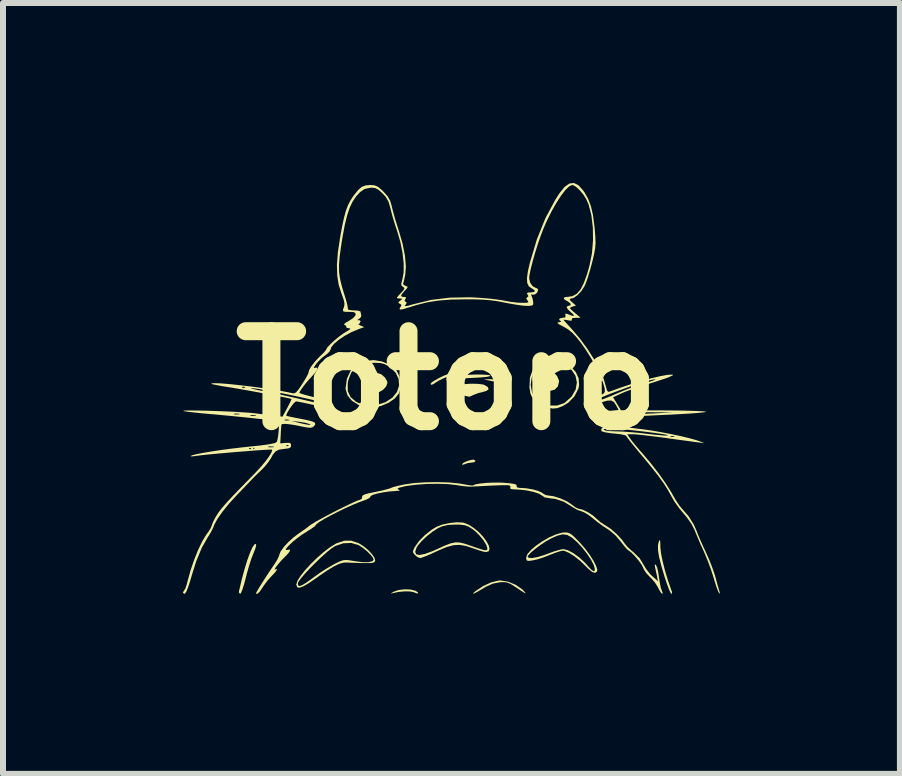
<source format=kicad_pcb>
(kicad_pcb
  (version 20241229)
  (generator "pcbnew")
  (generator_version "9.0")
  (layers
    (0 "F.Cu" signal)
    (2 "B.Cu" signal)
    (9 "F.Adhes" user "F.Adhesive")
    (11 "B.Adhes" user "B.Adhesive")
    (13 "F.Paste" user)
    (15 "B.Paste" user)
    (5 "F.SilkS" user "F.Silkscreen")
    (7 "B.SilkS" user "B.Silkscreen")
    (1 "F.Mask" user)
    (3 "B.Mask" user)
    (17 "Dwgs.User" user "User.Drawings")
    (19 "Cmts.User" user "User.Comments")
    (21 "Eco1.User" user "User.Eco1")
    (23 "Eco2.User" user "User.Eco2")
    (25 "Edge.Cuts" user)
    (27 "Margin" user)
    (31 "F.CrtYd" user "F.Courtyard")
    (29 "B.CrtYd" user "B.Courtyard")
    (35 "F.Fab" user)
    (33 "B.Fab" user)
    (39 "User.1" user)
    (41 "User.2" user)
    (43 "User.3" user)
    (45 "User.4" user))
  (footprint "Totoro"
    (layer "F.Cu")
    (at 4.403 3.293)
    (property "Reference" "Totoro" (at 0 0 0) (layer "F.SilkS") (effects (font (size 1.5 1.5) (thickness 0.3))))
    (attr board_only exclude_from_pos_files exclude_from_bom)
    (fp_poly (pts (xy 0.782 -0.018) (xy 0.827 -0.006) (xy 0.833 0) (xy 0.837 0.016) (xy 0.814 0.02) (xy 0.756 0.012) (xy 0.697 0) (xy 0.61 -0.018) (xy 0.714 -0.022)) (stroke (width 0) (type solid)) (fill yes) (layer "F.SilkS"))
    (fp_poly (pts (xy 0.47 1.333) (xy 0.473 1.343) (xy 0.451 1.362) (xy 0.409 1.368) (xy 0.339 1.378) (xy 0.297 1.394) (xy 0.258 1.406) (xy 0.249 1.396) (xy 0.27 1.374) (xy 0.321 1.349) (xy 0.383 1.328) (xy 0.438 1.319) (xy 0.439 1.319)) (stroke (width 0) (type solid)) (fill yes) (layer "F.SilkS"))
    (fp_poly (pts (xy -0.605 3.485) (xy -0.526 3.506) (xy -0.523 3.507) (xy -0.486 3.533) (xy -0.481 3.549) (xy -0.509 3.548) (xy -0.548 3.532) (xy -0.61 3.517) (xy -0.703 3.515) (xy -0.81 3.525) (xy -0.896 3.543) (xy -0.934 3.553) (xy -0.933 3.547) (xy -0.889 3.521) (xy -0.888 3.52) (xy -0.809 3.493) (xy -0.707 3.481)) (stroke (width 0) (type solid)) (fill yes) (layer "F.SilkS"))
    (fp_poly (pts (xy 0.157 -0.132) (xy 0.145 -0.116) (xy 0.093 -0.092) (xy 0.04 -0.074) (xy -0.051 -0.04) (xy -0.135 0.000261) (xy -0.169 0.021) (xy -0.232 0.062) (xy -0.264 0.073) (xy -0.274 0.055) (xy -0.274 0.054) (xy -0.253 0.029) (xy -0.198 -0.006) (xy -0.124 -0.047) (xy -0.042 -0.085) (xy 0.035 -0.114) (xy 0.054 -0.12) (xy 0.127 -0.135)) (stroke (width 0) (type solid)) (fill yes) (layer "F.SilkS"))
    (fp_poly (pts (xy -3.183 2.752) (xy -3.199 2.81) (xy -3.226 2.877) (xy -3.259 2.961) (xy -3.297 3.076) (xy -3.334 3.205) (xy -3.355 3.287) (xy -3.384 3.396) (xy -3.412 3.484) (xy -3.435 3.541) (xy -3.449 3.557) (xy -3.469 3.538) (xy -3.469 3.514) (xy -3.424 3.322) (xy -3.377 3.148) (xy -3.331 2.997) (xy -3.286 2.873) (xy -3.246 2.783) (xy -3.211 2.732) (xy -3.185 2.724)) (stroke (width 0) (type solid)) (fill yes) (layer "F.SilkS"))
    (fp_poly (pts (xy 0.621 -0.097) (xy 0.696 -0.091) (xy 0.726 -0.082) (xy 0.712 -0.071) (xy 0.655 -0.06) (xy 0.557 -0.051) (xy 0.42 -0.043) (xy 0.416 -0.043) (xy 0.288 -0.037) (xy 0.173 -0.029) (xy 0.082 -0.021) (xy 0.029 -0.013) (xy 0.025 -0.012) (xy -0.016 -0.004) (xy -0.013 -0.018) (xy -0.012 -0.019) (xy 0.037 -0.045) (xy 0.125 -0.067) (xy 0.243 -0.085) (xy 0.378 -0.096) (xy 0.497 -0.1)) (stroke (width 0) (type solid)) (fill yes) (layer "F.SilkS"))
    (fp_poly (pts (xy 3.551 2.668) (xy 3.555 2.716) (xy 3.556 2.781) (xy 3.566 2.877) (xy 3.592 3.008) (xy 3.631 3.162) (xy 3.68 3.326) (xy 3.736 3.489) (xy 3.75 3.526) (xy 3.747 3.554) (xy 3.739 3.557) (xy 3.723 3.535) (xy 3.696 3.474) (xy 3.663 3.384) (xy 3.626 3.273) (xy 3.624 3.265) (xy 3.569 3.081) (xy 3.533 2.936) (xy 3.516 2.825) (xy 3.516 2.742) (xy 3.529 2.687) (xy 3.543 2.66)) (stroke (width 0) (type solid)) (fill yes) (layer "F.SilkS"))
    (fp_poly (pts (xy 1.785 -0.128) (xy 1.833 -0.075) (xy 1.863 -0.007) (xy 1.866 0.021) (xy 1.846 0.101) (xy 1.795 0.152) (xy 1.726 0.171) (xy 1.652 0.151) (xy 1.615 0.122) (xy 1.577 0.063) (xy 1.579 0.004) (xy 1.587 -0.014) (xy 1.646 -0.014) (xy 1.658 0.019) (xy 1.679 0.025) (xy 1.711 0.007) (xy 1.712 -0.019) (xy 1.691 -0.054) (xy 1.663 -0.048) (xy 1.646 -0.014) (xy 1.587 -0.014) (xy 1.611 -0.063) (xy 1.663 -0.12) (xy 1.721 -0.148) (xy 1.732 -0.149)) (stroke (width 0) (type solid)) (fill yes) (layer "F.SilkS"))
    (fp_poly (pts (xy 0.501 0.055) (xy 0.59 0.065) (xy 0.622 0.074) (xy 0.681 0.11) (xy 0.692 0.146) (xy 0.654 0.175) (xy 0.603 0.189) (xy 0.521 0.21) (xy 0.447 0.238) (xy 0.443 0.24) (xy 0.393 0.263) (xy 0.368 0.271) (xy 0.368 0.271) (xy 0.342 0.265) (xy 0.283 0.252) (xy 0.249 0.245) (xy 0.167 0.228) (xy 0.097 0.214) (xy 0.081 0.21) (xy 0.034 0.186) (xy 0.031 0.15) (xy 0.072 0.111) (xy 0.093 0.1) (xy 0.168 0.078) (xy 0.273 0.062) (xy 0.389 0.054)) (stroke (width 0) (type solid)) (fill yes) (layer "F.SilkS"))
    (fp_poly (pts (xy 1.016 3.353) (xy 1.144 3.406) (xy 1.252 3.481) (xy 1.275 3.504) (xy 1.303 3.536) (xy 1.309 3.549) (xy 1.289 3.54) (xy 1.238 3.508) (xy 1.15 3.449) (xy 1.142 3.444) (xy 1.063 3.394) (xy 1.003 3.368) (xy 0.942 3.361) (xy 0.878 3.364) (xy 0.765 3.386) (xy 0.648 3.438) (xy 0.601 3.466) (xy 0.513 3.518) (xy 0.456 3.548) (xy 0.431 3.556) (xy 0.443 3.539) (xy 0.477 3.509) (xy 0.603 3.426) (xy 0.734 3.366) (xy 0.854 3.336) (xy 0.89 3.334)) (stroke (width 0) (type solid)) (fill yes) (layer "F.SilkS"))
    (fp_poly (pts (xy -1.098 -0.104) (xy -1.038 -0.052) (xy -1 0.011) (xy -0.995 0.041) (xy -1.016 0.1) (xy -1.068 0.156) (xy -1.132 0.193) (xy -1.166 0.199) (xy -1.221 0.182) (xy -1.279 0.141) (xy -1.282 0.138) (xy -1.324 0.086) (xy -1.343 0.04) (xy -1.343 0.037) (xy -1.332 0.007) (xy -1.285 0.007) (xy -1.267 0.042) (xy -1.244 0.05) (xy -1.212 0.032) (xy -1.205 0.023) (xy -1.202 -0.015) (xy -1.229 -0.041) (xy -1.265 -0.038) (xy -1.272 -0.032) (xy -1.285 0.007) (xy -1.332 0.007) (xy -1.323 -0.015) (xy -1.273 -0.07) (xy -1.211 -0.111) (xy -1.162 -0.124)) (stroke (width 0) (type solid)) (fill yes) (layer "F.SilkS"))
    (fp_poly (pts (xy -1.083 -0.317) (xy -0.954 -0.261) (xy -0.851 -0.176) (xy -0.836 -0.156) (xy -0.793 -0.065) (xy -0.776 0.047) (xy -0.785 0.158) (xy -0.806 0.219) (xy -0.873 0.301) (xy -0.975 0.371) (xy -1.097 0.423) (xy -1.226 0.45) (xy -1.343 0.447) (xy -1.478 0.406) (xy -1.586 0.338) (xy -1.659 0.25) (xy -1.691 0.147) (xy -1.692 0.127) (xy -1.682 0.056) (xy -1.657 0.056) (xy -1.655 0.178) (xy -1.61 0.276) (xy -1.52 0.352) (xy -1.487 0.37) (xy -1.341 0.416) (xy -1.186 0.413) (xy -1.027 0.362) (xy -0.911 0.286) (xy -0.835 0.191) (xy -0.8 0.084) (xy -0.808 -0.025) (xy -0.857 -0.129) (xy -0.949 -0.22) (xy -0.985 -0.244) (xy -1.049 -0.275) (xy -1.115 -0.291) (xy -1.201 -0.295) (xy -1.256 -0.293) (xy -1.407 -0.271) (xy -1.519 -0.219) (xy -1.598 -0.132) (xy -1.645 -0.009) (xy -1.657 0.056) (xy -1.682 0.056) (xy -1.67 -0.029) (xy -1.61 -0.158) (xy -1.512 -0.256) (xy -1.38 -0.32) (xy -1.363 -0.325) (xy -1.224 -0.34)) (stroke (width 0) (type solid)) (fill yes) (layer "F.SilkS"))
    (fp_poly (pts (xy 1.839 -0.338) (xy 1.963 -0.298) (xy 2.068 -0.229) (xy 2.147 -0.138) (xy 2.194 -0.032) (xy 2.201 0.082) (xy 2.188 0.139) (xy 2.122 0.266) (xy 2.02 0.371) (xy 1.929 0.426) (xy 1.837 0.461) (xy 1.759 0.468) (xy 1.671 0.449) (xy 1.631 0.436) (xy 1.547 0.393) (xy 1.468 0.335) (xy 1.459 0.326) (xy 1.413 0.272) (xy 1.388 0.213) (xy 1.375 0.128) (xy 1.373 0.104) (xy 1.375 0.077) (xy 1.394 0.077) (xy 1.416 0.199) (xy 1.428 0.228) (xy 1.498 0.321) (xy 1.597 0.385) (xy 1.714 0.418) (xy 1.835 0.417) (xy 1.948 0.379) (xy 1.967 0.366) (xy 2.076 0.268) (xy 2.143 0.152) (xy 2.164 0.033) (xy 2.141 -0.077) (xy 2.079 -0.172) (xy 1.987 -0.249) (xy 1.875 -0.299) (xy 1.753 -0.318) (xy 1.645 -0.302) (xy 1.541 -0.247) (xy 1.461 -0.158) (xy 1.41 -0.046) (xy 1.394 0.077) (xy 1.375 0.077) (xy 1.381 -0.049) (xy 1.427 -0.174) (xy 1.509 -0.267) (xy 1.623 -0.326) (xy 1.703 -0.342)) (stroke (width 0) (type solid)) (fill yes) (layer "F.SilkS"))
    (fp_poly (pts (xy 2 2.534) (xy 2.041 2.546) (xy 2.086 2.576) (xy 2.144 2.631) (xy 2.214 2.703) (xy 2.298 2.799) (xy 2.374 2.9) (xy 2.437 2.999) (xy 2.482 3.086) (xy 2.504 3.152) (xy 2.501 3.183) (xy 2.468 3.207) (xy 2.42 3.193) (xy 2.352 3.138) (xy 2.309 3.094) (xy 2.218 3.006) (xy 2.121 2.929) (xy 2.03 2.872) (xy 1.955 2.84) (xy 1.929 2.837) (xy 1.882 2.847) (xy 1.805 2.872) (xy 1.715 2.907) (xy 1.707 2.91) (xy 1.605 2.95) (xy 1.504 2.982) (xy 1.428 2.999) (xy 1.36 3.008) (xy 1.329 3.001) (xy 1.319 2.975) (xy 1.319 2.951) (xy 1.324 2.937) (xy 1.343 2.937) (xy 1.365 2.958) (xy 1.423 2.959) (xy 1.511 2.943) (xy 1.618 2.91) (xy 1.683 2.886) (xy 1.781 2.85) (xy 1.869 2.824) (xy 1.931 2.811) (xy 1.938 2.811) (xy 2.012 2.829) (xy 2.105 2.878) (xy 2.204 2.95) (xy 2.297 3.036) (xy 2.333 3.076) (xy 2.397 3.147) (xy 2.438 3.179) (xy 2.458 3.173) (xy 2.463 3.141) (xy 2.446 3.078) (xy 2.401 2.99) (xy 2.335 2.891) (xy 2.255 2.789) (xy 2.173 2.7) (xy 2.08 2.618) (xy 2.002 2.574) (xy 1.923 2.565) (xy 1.831 2.589) (xy 1.727 2.637) (xy 1.643 2.684) (xy 1.554 2.744) (xy 1.469 2.808) (xy 1.399 2.867) (xy 1.355 2.915) (xy 1.343 2.937) (xy 1.324 2.937) (xy 1.34 2.894) (xy 1.399 2.825) (xy 1.485 2.752) (xy 1.589 2.68) (xy 1.701 2.616) (xy 1.812 2.567) (xy 1.911 2.538) (xy 1.952 2.533)) (stroke (width 0) (type solid)) (fill yes) (layer "F.SilkS"))
    (fp_poly (pts (xy 0.26 2.368) (xy 0.278 2.372) (xy 0.361 2.404) (xy 0.445 2.458) (xy 0.526 2.525) (xy 0.597 2.6) (xy 0.654 2.676) (xy 0.693 2.747) (xy 0.708 2.806) (xy 0.695 2.846) (xy 0.648 2.861) (xy 0.647 2.861) (xy 0.603 2.852) (xy 0.528 2.83) (xy 0.439 2.799) (xy 0.438 2.799) (xy 0.313 2.758) (xy 0.207 2.74) (xy 0.104 2.746) (xy -0.008 2.777) (xy -0.146 2.835) (xy -0.174 2.848) (xy -0.276 2.895) (xy -0.364 2.932) (xy -0.427 2.955) (xy -0.45 2.96) (xy -0.495 2.943) (xy -0.536 2.909) (xy -0.564 2.874) (xy -0.567 2.856) (xy -0.532 2.856) (xy -0.515 2.897) (xy -0.461 2.909) (xy -0.369 2.891) (xy -0.241 2.844) (xy -0.167 2.811) (xy -0.04 2.753) (xy 0.057 2.716) (xy 0.134 2.699) (xy 0.206 2.7) (xy 0.285 2.718) (xy 0.375 2.748) (xy 0.497 2.791) (xy 0.581 2.818) (xy 0.632 2.83) (xy 0.66 2.828) (xy 0.67 2.815) (xy 0.672 2.8) (xy 0.654 2.741) (xy 0.607 2.665) (xy 0.54 2.583) (xy 0.465 2.509) (xy 0.419 2.474) (xy 0.353 2.434) (xy 0.292 2.412) (xy 0.217 2.403) (xy 0.137 2.402) (xy 0.016 2.408) (xy -0.078 2.43) (xy -0.146 2.459) (xy -0.239 2.518) (xy -0.337 2.595) (xy -0.425 2.678) (xy -0.49 2.755) (xy -0.508 2.785) (xy -0.532 2.856) (xy -0.567 2.856) (xy -0.568 2.843) (xy -0.548 2.795) (xy -0.535 2.772) (xy -0.467 2.676) (xy -0.368 2.576) (xy -0.255 2.487) (xy -0.172 2.437) (xy -0.076 2.401) (xy 0.042 2.376) (xy 0.161 2.364)) (stroke (width 0) (type solid)) (fill yes) (layer "F.SilkS"))
    (fp_poly (pts (xy -1.481 2.709) (xy -1.48 2.709) (xy -1.401 2.757) (xy -1.322 2.82) (xy -1.256 2.889) (xy -1.211 2.953) (xy -1.198 3.001) (xy -1.198 3.001) (xy -1.209 3.025) (xy -1.236 3.039) (xy -1.29 3.044) (xy -1.382 3.044) (xy -1.394 3.044) (xy -1.499 3.041) (xy -1.597 3.038) (xy -1.667 3.034) (xy -1.667 3.034) (xy -1.73 3.037) (xy -1.8 3.057) (xy -1.885 3.098) (xy -1.991 3.162) (xy -2.126 3.254) (xy -2.182 3.294) (xy -2.307 3.38) (xy -2.399 3.433) (xy -2.462 3.455) (xy -2.498 3.446) (xy -2.512 3.408) (xy -2.513 3.396) (xy -2.508 3.383) (xy -2.488 3.383) (xy -2.481 3.418) (xy -2.459 3.428) (xy -2.416 3.412) (xy -2.345 3.369) (xy -2.243 3.296) (xy -2.227 3.283) (xy -2.12 3.207) (xy -2.006 3.133) (xy -1.905 3.074) (xy -1.874 3.057) (xy -1.791 3.017) (xy -1.731 2.996) (xy -1.673 2.992) (xy -1.598 3.002) (xy -1.55 3.01) (xy -1.408 3.029) (xy -1.305 3.029) (xy -1.242 3.011) (xy -1.225 2.991) (xy -1.236 2.955) (xy -1.278 2.902) (xy -1.34 2.842) (xy -1.411 2.785) (xy -1.476 2.744) (xy -1.597 2.708) (xy -1.732 2.714) (xy -1.866 2.76) (xy -1.926 2.799) (xy -2.005 2.863) (xy -2.097 2.945) (xy -2.193 3.037) (xy -2.287 3.131) (xy -2.37 3.221) (xy -2.436 3.298) (xy -2.478 3.357) (xy -2.488 3.383) (xy -2.508 3.383) (xy -2.494 3.338) (xy -2.442 3.257) (xy -2.366 3.161) (xy -2.271 3.058) (xy -2.165 2.955) (xy -2.057 2.86) (xy -1.952 2.78) (xy -1.858 2.722) (xy -1.839 2.713) (xy -1.714 2.671) (xy -1.6 2.67)) (stroke (width 0) (type solid)) (fill yes) (layer "F.SilkS"))
    (fp_poly (pts (xy 0.031 1.7) (xy 0.197 1.716) (xy 0.255 1.726) (xy 0.34 1.741) (xy 0.403 1.75) (xy 0.431 1.75) (xy 0.431 1.75) (xy 0.472 1.732) (xy 0.551 1.718) (xy 0.656 1.707) (xy 0.773 1.702) (xy 0.891 1.702) (xy 0.941 1.705) (xy 1.052 1.714) (xy 1.121 1.725) (xy 1.154 1.737) (xy 1.16 1.754) (xy 1.159 1.756) (xy 1.164 1.781) (xy 1.207 1.791) (xy 1.231 1.791) (xy 1.326 1.798) (xy 1.425 1.815) (xy 1.514 1.839) (xy 1.577 1.867) (xy 1.594 1.88) (xy 1.641 1.909) (xy 1.678 1.916) (xy 1.777 1.93) (xy 1.892 1.966) (xy 2.001 2.016) (xy 2.075 2.066) (xy 2.135 2.111) (xy 2.186 2.137) (xy 2.2 2.139) (xy 2.264 2.155) (xy 2.346 2.195) (xy 2.428 2.248) (xy 2.488 2.301) (xy 2.554 2.36) (xy 2.632 2.41) (xy 2.637 2.413) (xy 2.73 2.474) (xy 2.829 2.561) (xy 2.916 2.655) (xy 2.959 2.715) (xy 3.005 2.772) (xy 3.073 2.835) (xy 3.107 2.862) (xy 3.21 2.963) (xy 3.268 3.058) (xy 3.322 3.148) (xy 3.392 3.235) (xy 3.42 3.261) (xy 3.516 3.346) (xy 3.501 3.268) (xy 3.483 3.186) (xy 3.468 3.119) (xy 3.461 3.073) (xy 3.471 3.067) (xy 3.482 3.076) (xy 3.5 3.114) (xy 3.518 3.186) (xy 3.532 3.277) (xy 3.546 3.372) (xy 3.563 3.454) (xy 3.58 3.503) (xy 3.594 3.544) (xy 3.587 3.557) (xy 3.564 3.537) (xy 3.533 3.485) (xy 3.519 3.456) (xy 3.47 3.375) (xy 3.403 3.296) (xy 3.38 3.275) (xy 3.321 3.212) (xy 3.279 3.148) (xy 3.27 3.124) (xy 3.244 3.072) (xy 3.194 3.003) (xy 3.133 2.93) (xy 3.073 2.869) (xy 3.026 2.834) (xy 3.023 2.833) (xy 2.996 2.81) (xy 2.951 2.757) (xy 2.895 2.686) (xy 2.892 2.682) (xy 2.809 2.585) (xy 2.716 2.504) (xy 2.668 2.472) (xy 2.581 2.415) (xy 2.485 2.343) (xy 2.433 2.3) (xy 2.357 2.241) (xy 2.283 2.197) (xy 2.239 2.18) (xy 2.167 2.155) (xy 2.092 2.111) (xy 2.081 2.103) (xy 1.942 2.019) (xy 1.799 1.973) (xy 1.721 1.965) (xy 1.627 1.949) (xy 1.582 1.918) (xy 1.531 1.887) (xy 1.444 1.858) (xy 1.335 1.834) (xy 1.218 1.82) (xy 1.133 1.816) (xy 1.073 1.812) (xy 1.051 1.797) (xy 1.055 1.777) (xy 1.056 1.76) (xy 1.041 1.75) (xy 1.001 1.745) (xy 0.93 1.745) (xy 0.819 1.749) (xy 0.765 1.751) (xy 0.641 1.757) (xy 0.53 1.763) (xy 0.445 1.767) (xy 0.398 1.77) (xy 0.343 1.768) (xy 0.257 1.759) (xy 0.158 1.744) (xy 0.149 1.742) (xy 0.009 1.727) (xy -0.161 1.722) (xy -0.344 1.725) (xy -0.522 1.738) (xy -0.677 1.758) (xy -0.721 1.768) (xy -0.796 1.786) (xy -0.826 1.801) (xy -0.818 1.814) (xy -0.809 1.818) (xy -0.787 1.831) (xy -0.808 1.838) (xy -0.858 1.842) (xy -0.962 1.85) (xy -1.067 1.865) (xy -1.161 1.884) (xy -1.233 1.905) (xy -1.272 1.925) (xy -1.276 1.933) (xy -1.293 1.958) (xy -1.344 1.985) (xy -1.363 1.992) (xy -1.463 2.028) (xy -1.58 2.076) (xy -1.706 2.133) (xy -1.832 2.195) (xy -1.951 2.256) (xy -2.054 2.312) (xy -2.133 2.361) (xy -2.18 2.397) (xy -2.189 2.411) (xy -2.209 2.433) (xy -2.262 2.471) (xy -2.336 2.517) (xy -2.348 2.525) (xy -2.425 2.574) (xy -2.503 2.632) (xy -2.575 2.691) (xy -2.634 2.747) (xy -2.675 2.792) (xy -2.691 2.821) (xy -2.674 2.826) (xy -2.668 2.825) (xy -2.623 2.819) (xy -2.618 2.841) (xy -2.655 2.89) (xy -2.701 2.937) (xy -2.756 2.993) (xy -2.807 3.052) (xy -2.849 3.104) (xy -2.873 3.141) (xy -2.874 3.154) (xy -2.866 3.15) (xy -2.837 3.139) (xy -2.839 3.158) (xy -2.866 3.197) (xy -2.916 3.251) (xy -2.925 3.26) (xy -2.996 3.338) (xy -3.062 3.428) (xy -3.077 3.452) (xy -3.121 3.517) (xy -3.158 3.554) (xy -3.18 3.558) (xy -3.184 3.544) (xy -3.171 3.518) (xy -3.137 3.46) (xy -3.087 3.38) (xy -3.027 3.286) (xy -2.963 3.188) (xy -2.901 3.096) (xy -2.869 3.049) (xy -2.828 2.982) (xy -2.802 2.925) (xy -2.798 2.908) (xy -2.776 2.851) (xy -2.722 2.776) (xy -2.645 2.692) (xy -2.554 2.611) (xy -2.471 2.549) (xy -2.395 2.497) (xy -2.333 2.453) (xy -2.301 2.426) (xy -2.301 2.426) (xy -2.262 2.398) (xy -2.189 2.354) (xy -2.09 2.299) (xy -1.976 2.238) (xy -1.853 2.174) (xy -1.733 2.114) (xy -1.623 2.061) (xy -1.533 2.019) (xy -1.472 1.995) (xy -1.452 1.99) (xy -1.422 1.97) (xy -1.418 1.954) (xy -1.415 1.93) (xy -1.401 1.912) (xy -1.367 1.897) (xy -1.304 1.88) (xy -1.203 1.859) (xy -1.168 1.852) (xy -1.07 1.831) (xy -0.99 1.81) (xy -0.94 1.794) (xy -0.933 1.79) (xy -0.898 1.777) (xy -0.828 1.758) (xy -0.735 1.738) (xy -0.7 1.731) (xy -0.542 1.709) (xy -0.355 1.697) (xy -0.159 1.694)) (stroke (width 0) (type solid)) (fill yes) (layer "F.SilkS"))
    (fp_poly (pts (xy 2.191 -3.254) (xy 2.27 -3.166) (xy 2.29 -3.138) (xy 2.352 -3.028) (xy 2.398 -2.905) (xy 2.432 -2.758) (xy 2.456 -2.576) (xy 2.463 -2.504) (xy 2.472 -2.383) (xy 2.475 -2.29) (xy 2.469 -2.208) (xy 2.454 -2.12) (xy 2.428 -2.008) (xy 2.415 -1.956) (xy 2.381 -1.832) (xy 2.346 -1.716) (xy 2.313 -1.623) (xy 2.292 -1.574) (xy 2.238 -1.49) (xy 2.173 -1.421) (xy 2.109 -1.377) (xy 2.074 -1.368) (xy 2.043 -1.359) (xy 2.056 -1.33) (xy 2.095 -1.295) (xy 2.149 -1.25) (xy 2.089 -1.231) (xy 2.056 -1.219) (xy 2.05 -1.203) (xy 2.075 -1.175) (xy 2.128 -1.129) (xy 2.227 -1.046) (xy 2.144 -1.045) (xy 2.088 -1.039) (xy 2.078 -1.019) (xy 2.08 -1.016) (xy 2.078 -0.998) (xy 2.036 -1) (xy 2.019 -1.003) (xy 1.965 -1.012) (xy 1.941 -1.013) (xy 1.94 -1.013) (xy 1.956 -0.993) (xy 1.998 -0.946) (xy 2.058 -0.881) (xy 2.077 -0.859) (xy 2.209 -0.705) (xy 2.335 -0.534) (xy 2.448 -0.357) (xy 2.542 -0.185) (xy 2.611 -0.026) (xy 2.65 0.107) (xy 2.667 0.169) (xy 2.689 0.19) (xy 2.708 0.186) (xy 2.883 0.122) (xy 3.063 0.062) (xy 3.241 0.008) (xy 3.408 -0.038) (xy 3.553 -0.072) (xy 3.668 -0.093) (xy 3.732 -0.098) (xy 3.767 -0.096) (xy 3.763 -0.086) (xy 3.716 -0.064) (xy 3.707 -0.06) (xy 3.648 -0.037) (xy 3.555 -0.006) (xy 3.441 0.031) (xy 3.334 0.064) (xy 3.205 0.104) (xy 3.078 0.148) (xy 2.969 0.188) (xy 2.907 0.215) (xy 2.767 0.28) (xy 2.833 0.388) (xy 2.898 0.496) (xy 3.582 0.499) (xy 3.764 0.5) (xy 3.931 0.502) (xy 4.077 0.506) (xy 4.194 0.51) (xy 4.276 0.515) (xy 4.315 0.52) (xy 4.316 0.52) (xy 4.306 0.527) (xy 4.251 0.534) (xy 4.156 0.543) (xy 4.028 0.552) (xy 3.871 0.561) (xy 3.69 0.571) (xy 3.653 0.572) (xy 2.941 0.605) (xy 2.972 0.693) (xy 3.002 0.782) (xy 3.261 0.813) (xy 3.408 0.834) (xy 3.57 0.862) (xy 3.738 0.894) (xy 3.898 0.928) (xy 4.04 0.962) (xy 4.15 0.993) (xy 4.196 1.008) (xy 4.291 1.046) (xy 4.179 1.031) (xy 4.118 1.023) (xy 4.017 1.009) (xy 3.889 0.992) (xy 3.744 0.972) (xy 3.632 0.956) (xy 3.493 0.938) (xy 3.722 0.938) (xy 3.757 0.941) (xy 3.792 0.938) (xy 3.788 0.929) (xy 3.737 0.926) (xy 3.725 0.929) (xy 3.722 0.938) (xy 3.493 0.938) (xy 3.483 0.937) (xy 3.344 0.92) (xy 3.227 0.906) (xy 3.14 0.898) (xy 3.101 0.896) (xy 3.004 0.896) (xy 3.049 0.964) (xy 3.086 1.014) (xy 3.146 1.087) (xy 3.217 1.171) (xy 3.242 1.198) (xy 3.388 1.37) (xy 3.526 1.547) (xy 3.646 1.717) (xy 3.742 1.87) (xy 3.767 1.916) (xy 3.82 2.006) (xy 3.874 2.087) (xy 3.919 2.14) (xy 4.024 2.26) (xy 4.114 2.403) (xy 4.162 2.513) (xy 4.189 2.584) (xy 4.232 2.683) (xy 4.283 2.796) (xy 4.315 2.865) (xy 4.37 2.989) (xy 4.422 3.121) (xy 4.463 3.24) (xy 4.476 3.287) (xy 4.502 3.383) (xy 4.525 3.465) (xy 4.541 3.517) (xy 4.542 3.52) (xy 4.549 3.552) (xy 4.534 3.545) (xy 4.517 3.511) (xy 4.491 3.442) (xy 4.461 3.348) (xy 4.445 3.293) (xy 4.402 3.16) (xy 4.347 3.01) (xy 4.29 2.872) (xy 4.278 2.845) (xy 4.226 2.731) (xy 4.177 2.617) (xy 4.137 2.522) (xy 4.126 2.493) (xy 4.074 2.391) (xy 3.996 2.281) (xy 3.944 2.219) (xy 3.866 2.125) (xy 3.79 2.018) (xy 3.738 1.928) (xy 3.681 1.825) (xy 3.612 1.716) (xy 3.523 1.593) (xy 3.412 1.451) (xy 3.273 1.282) (xy 3.213 1.211) (xy 3.132 1.113) (xy 3.063 1.028) (xy 3.013 0.964) (xy 2.987 0.927) (xy 2.985 0.922) (xy 2.962 0.911) (xy 2.902 0.898) (xy 2.815 0.887) (xy 2.787 0.885) (xy 2.692 0.874) (xy 2.617 0.86) (xy 2.576 0.845) (xy 2.572 0.842) (xy 2.571 0.818) (xy 2.612 0.818) (xy 2.637 0.834) (xy 2.709 0.844) (xy 2.817 0.848) (xy 2.939 0.852) (xy 3.084 0.863) (xy 3.228 0.876) (xy 3.271 0.882) (xy 3.427 0.9) (xy 3.549 0.912) (xy 3.634 0.918) (xy 3.677 0.916) (xy 3.68 0.911) (xy 3.651 0.903) (xy 3.581 0.891) (xy 3.482 0.877) (xy 3.361 0.861) (xy 3.229 0.845) (xy 3.095 0.83) (xy 2.968 0.817) (xy 2.859 0.808) (xy 2.842 0.806) (xy 2.724 0.8) (xy 2.65 0.801) (xy 2.616 0.811) (xy 2.612 0.818) (xy 2.571 0.818) (xy 2.57 0.805) (xy 2.614 0.78) (xy 2.703 0.769) (xy 2.785 0.769) (xy 2.871 0.77) (xy 2.934 0.767) (xy 2.96 0.762) (xy 2.96 0.762) (xy 2.953 0.732) (xy 2.938 0.689) (xy 2.923 0.661) (xy 2.899 0.642) (xy 2.856 0.63) (xy 2.782 0.622) (xy 2.688 0.616) (xy 2.586 0.609) (xy 2.504 0.6) (xy 2.453 0.59) (xy 2.444 0.586) (xy 2.443 0.562) (xy 2.637 0.562) (xy 2.677 0.564) (xy 2.762 0.565) (xy 2.848 0.565) (xy 2.989 0.564) (xy 3.156 0.56) (xy 3.326 0.554) (xy 3.446 0.549) (xy 3.769 0.531) (xy 3.358 0.53) (xy 3.203 0.531) (xy 3.049 0.533) (xy 2.91 0.538) (xy 2.799 0.544) (xy 2.761 0.547) (xy 2.682 0.554) (xy 2.64 0.559) (xy 2.637 0.562) (xy 2.443 0.562) (xy 2.443 0.562) (xy 2.489 0.54) (xy 2.579 0.521) (xy 2.679 0.509) (xy 2.859 0.492) (xy 2.821 0.419) (xy 2.782 0.359) (xy 2.735 0.333) (xy 2.667 0.337) (xy 2.596 0.358) (xy 2.487 0.389) (xy 2.409 0.398) (xy 2.363 0.391) (xy 2.355 0.368) (xy 2.377 0.344) (xy 2.471 0.344) (xy 2.493 0.344) (xy 2.548 0.329) (xy 2.63 0.3) (xy 2.733 0.259) (xy 2.836 0.214) (xy 2.965 0.16) (xy 3.106 0.107) (xy 3.236 0.063) (xy 3.278 0.051) (xy 3.369 0.023) (xy 3.437 0.000242) (xy 3.471 -0.015) (xy 3.472 -0.019) (xy 3.443 -0.018) (xy 3.375 -0.002) (xy 3.278 0.026) (xy 3.161 0.063) (xy 3.032 0.107) (xy 2.899 0.155) (xy 2.77 0.202) (xy 2.656 0.247) (xy 2.563 0.286) (xy 2.501 0.317) (xy 2.488 0.326) (xy 2.471 0.344) (xy 2.377 0.344) (xy 2.387 0.333) (xy 2.464 0.289) (xy 2.487 0.279) (xy 2.568 0.242) (xy 2.613 0.215) (xy 2.63 0.187) (xy 2.629 0.149) (xy 2.625 0.124) (xy 2.599 0.033) (xy 2.549 -0.088) (xy 2.481 -0.226) (xy 2.402 -0.369) (xy 2.316 -0.507) (xy 2.24 -0.616) (xy 2.155 -0.724) (xy 2.084 -0.799) (xy 2.014 -0.855) (xy 1.944 -0.895) (xy 1.872 -0.934) (xy 1.84 -0.957) (xy 1.845 -0.968) (xy 1.866 -0.971) (xy 1.901 -0.977) (xy 1.897 -0.987) (xy 1.867 -1.011) (xy 1.879 -1.035) (xy 1.927 -1.045) (xy 1.971 -1.052) (xy 1.975 -1.081) (xy 1.973 -1.086) (xy 1.969 -1.115) (xy 1.998 -1.111) (xy 2.005 -1.109) (xy 2.082 -1.08) (xy 2.116 -1.077) (xy 2.107 -1.098) (xy 2.071 -1.131) (xy 2.011 -1.189) (xy 1.992 -1.227) (xy 2.017 -1.243) (xy 2.028 -1.244) (xy 2.061 -1.256) (xy 2.057 -1.283) (xy 2.018 -1.315) (xy 2.003 -1.323) (xy 1.951 -1.355) (xy 1.946 -1.38) (xy 1.987 -1.393) (xy 2.004 -1.393) (xy 2.088 -1.405) (xy 2.16 -1.444) (xy 2.223 -1.515) (xy 2.279 -1.622) (xy 2.333 -1.771) (xy 2.374 -1.916) (xy 2.415 -2.12) (xy 2.433 -2.336) (xy 2.43 -2.551) (xy 2.406 -2.752) (xy 2.361 -2.928) (xy 2.323 -3.017) (xy 2.275 -3.095) (xy 2.214 -3.169) (xy 2.152 -3.227) (xy 2.1 -3.257) (xy 2.087 -3.259) (xy 2.037 -3.237) (xy 1.972 -3.175) (xy 1.898 -3.079) (xy 1.818 -2.955) (xy 1.737 -2.81) (xy 1.658 -2.65) (xy 1.608 -2.535) (xy 1.56 -2.41) (xy 1.511 -2.268) (xy 1.465 -2.121) (xy 1.425 -1.979) (xy 1.393 -1.853) (xy 1.373 -1.754) (xy 1.368 -1.704) (xy 1.385 -1.631) (xy 1.426 -1.572) (xy 1.479 -1.543) (xy 1.488 -1.542) (xy 1.515 -1.523) (xy 1.518 -1.508) (xy 1.5 -1.463) (xy 1.46 -1.432) (xy 1.418 -1.431) (xy 1.415 -1.432) (xy 1.397 -1.436) (xy 1.406 -1.417) (xy 1.425 -1.367) (xy 1.435 -1.313) (xy 1.436 -1.271) (xy 1.42 -1.251) (xy 1.374 -1.244) (xy 1.328 -1.244) (xy 1.254 -1.249) (xy 1.149 -1.264) (xy 1.029 -1.285) (xy 0.962 -1.298) (xy 0.839 -1.322) (xy 0.719 -1.338) (xy 0.588 -1.348) (xy 0.431 -1.353) (xy 0.311 -1.353) (xy 0.065 -1.349) (xy -0.146 -1.332) (xy -0.336 -1.302) (xy -0.52 -1.255) (xy -0.641 -1.217) (xy -0.733 -1.189) (xy -0.783 -1.182) (xy -0.793 -1.198) (xy -0.774 -1.228) (xy -0.76 -1.26) (xy -0.787 -1.279) (xy -0.814 -1.294) (xy -0.802 -1.315) (xy -0.781 -1.331) (xy -0.75 -1.357) (xy -0.762 -1.366) (xy -0.795 -1.367) (xy -0.83 -1.37) (xy -0.837 -1.381) (xy -0.813 -1.412) (xy -0.774 -1.453) (xy -0.726 -1.505) (xy -0.711 -1.535) (xy -0.723 -1.554) (xy -0.735 -1.561) (xy -0.76 -1.583) (xy -0.764 -1.616) (xy -0.747 -1.679) (xy -0.746 -1.68) (xy -0.724 -1.799) (xy -0.723 -1.951) (xy -0.742 -2.125) (xy -0.779 -2.309) (xy -0.829 -2.481) (xy -0.87 -2.604) (xy -0.907 -2.727) (xy -0.935 -2.831) (xy -0.946 -2.877) (xy -0.976 -2.98) (xy -1.023 -3.06) (xy -1.075 -3.118) (xy -1.14 -3.177) (xy -1.193 -3.206) (xy -1.252 -3.214) (xy -1.277 -3.213) (xy -1.375 -3.193) (xy -1.45 -3.141) (xy -1.518 -3.067) (xy -1.575 -2.982) (xy -1.624 -2.879) (xy -1.666 -2.752) (xy -1.705 -2.594) (xy -1.742 -2.397) (xy -1.767 -2.238) (xy -1.791 -2.064) (xy -1.802 -1.924) (xy -1.8 -1.801) (xy -1.782 -1.682) (xy -1.749 -1.551) (xy -1.713 -1.435) (xy -1.683 -1.337) (xy -1.662 -1.256) (xy -1.654 -1.204) (xy -1.655 -1.192) (xy -1.642 -1.179) (xy -1.591 -1.17) (xy -1.556 -1.169) (xy -1.489 -1.165) (xy -1.448 -1.153) (xy -1.443 -1.146) (xy -1.435 -1.104) (xy -1.429 -1.088) (xy -1.439 -1.051) (xy -1.473 -1.023) (xy -1.5 -1.006) (xy -1.487 -1.006) (xy -1.486 -1.006) (xy -1.45 -1.002) (xy -1.443 -0.982) (xy -1.46 -0.948) (xy -1.474 -0.944) (xy -1.478 -0.935) (xy -1.443 -0.916) (xy -1.381 -0.89) (xy -1.47 -0.858) (xy -1.59 -0.808) (xy -1.705 -0.746) (xy -1.806 -0.678) (xy -1.884 -0.612) (xy -1.931 -0.554) (xy -1.94 -0.523) (xy -1.96 -0.481) (xy -2.01 -0.435) (xy -2.025 -0.425) (xy -2.095 -0.37) (xy -2.164 -0.299) (xy -2.179 -0.281) (xy -2.213 -0.232) (xy -2.224 -0.208) (xy -2.219 -0.209) (xy -2.174 -0.215) (xy -2.162 -0.21) (xy -2.162 -0.184) (xy -2.198 -0.131) (xy -2.245 -0.078) (xy -2.315 -0.001) (xy -2.38 0.077) (xy -2.43 0.146) (xy -2.459 0.194) (xy -2.463 0.207) (xy -2.44 0.217) (xy -2.38 0.236) (xy -2.291 0.26) (xy -2.224 0.277) (xy -2.095 0.312) (xy -2.012 0.344) (xy -1.972 0.376) (xy -1.971 0.409) (xy -1.986 0.429) (xy -2.016 0.439) (xy -2.076 0.436) (xy -2.173 0.419) (xy -2.249 0.402) (xy -2.354 0.379) (xy -2.442 0.361) (xy -2.501 0.35) (xy -2.517 0.348) (xy -2.544 0.367) (xy -2.583 0.413) (xy -2.625 0.472) (xy -2.661 0.531) (xy -2.68 0.574) (xy -2.68 0.588) (xy -2.653 0.596) (xy -2.588 0.61) (xy -2.497 0.628) (xy -2.448 0.637) (xy -2.324 0.662) (xy -2.244 0.683) (xy -2.203 0.705) (xy -2.196 0.729) (xy -2.216 0.759) (xy -2.218 0.761) (xy -2.243 0.78) (xy -2.274 0.788) (xy -2.325 0.785) (xy -2.407 0.77) (xy -2.45 0.761) (xy -2.596 0.734) (xy -2.695 0.723) (xy -2.751 0.727) (xy -2.763 0.74) (xy -2.765 0.773) (xy -2.77 0.84) (xy -2.773 0.903) (xy -2.781 1.048) (xy -2.691 1.04) (xy -2.63 1.039) (xy -2.604 1.055) (xy -2.6 1.082) (xy -2.608 1.114) (xy -2.642 1.131) (xy -2.711 1.14) (xy -2.8 1.152) (xy -2.859 1.182) (xy -2.907 1.241) (xy -2.936 1.295) (xy -2.981 1.363) (xy -3.047 1.443) (xy -3.099 1.496) (xy -3.167 1.561) (xy -3.225 1.619) (xy -3.255 1.65) (xy -3.289 1.685) (xy -3.348 1.747) (xy -3.424 1.827) (xy -3.498 1.903) (xy -3.632 2.049) (xy -3.744 2.187) (xy -3.83 2.31) (xy -3.884 2.411) (xy -3.893 2.438) (xy -3.919 2.495) (xy -3.961 2.57) (xy -3.986 2.607) (xy -4.089 2.788) (xy -4.182 3.014) (xy -4.243 3.206) (xy -4.286 3.352) (xy -4.32 3.455) (xy -4.347 3.52) (xy -4.369 3.552) (xy -4.381 3.557) (xy -4.403 3.539) (xy -4.403 3.534) (xy -4.385 3.5) (xy -4.381 3.497) (xy -4.363 3.467) (xy -4.341 3.404) (xy -4.328 3.352) (xy -4.278 3.171) (xy -4.217 2.991) (xy -4.149 2.821) (xy -4.077 2.674) (xy -4.008 2.561) (xy -3.98 2.525) (xy -3.94 2.461) (xy -3.922 2.413) (xy -3.901 2.357) (xy -3.861 2.281) (xy -3.827 2.226) (xy -3.797 2.182) (xy -3.76 2.135) (xy -3.713 2.079) (xy -3.651 2.01) (xy -3.57 1.923) (xy -3.465 1.814) (xy -3.333 1.679) (xy -3.199 1.542) (xy -3.111 1.447) (xy -3.032 1.354) (xy -2.97 1.27) (xy -2.929 1.203) (xy -2.915 1.162) (xy -2.918 1.154) (xy -2.945 1.152) (xy -3.013 1.155) (xy -3.116 1.161) (xy -3.243 1.17) (xy -3.388 1.182) (xy -3.543 1.194) (xy -3.699 1.208) (xy -3.849 1.221) (xy -3.984 1.234) (xy -4.096 1.246) (xy -4.178 1.256) (xy -4.204 1.26) (xy -4.257 1.266) (xy -4.277 1.261) (xy -4.275 1.258) (xy -4.241 1.244) (xy -4.164 1.225) (xy -4.052 1.204) (xy -3.912 1.181) (xy -3.752 1.157) (xy -3.579 1.134) (xy -3.522 1.128) (xy -3.3 1.128) (xy -3.297 1.143) (xy -3.284 1.144) (xy -3.263 1.135) (xy -3.265 1.132) (xy -3.234 1.132) (xy -3.222 1.144) (xy -3.209 1.132) (xy -3.222 1.119) (xy -3.234 1.132) (xy -3.265 1.132) (xy -3.267 1.128) (xy -3.297 1.125) (xy -3.3 1.128) (xy -3.522 1.128) (xy -3.4 1.113) (xy -3.363 1.11) (xy -2.987 1.11) (xy -2.952 1.113) (xy -2.936 1.114) (xy -2.89 1.111) (xy -2.885 1.105) (xy -2.892 1.102) (xy -2.955 1.098) (xy -2.979 1.102) (xy -2.987 1.11) (xy -3.363 1.11) (xy -3.296 1.102) (xy -3.127 1.085) (xy -3.076 1.078) (xy -2.678 1.078) (xy -2.675 1.093) (xy -2.662 1.095) (xy -2.641 1.086) (xy -2.645 1.078) (xy -2.675 1.075) (xy -2.678 1.078) (xy -3.076 1.078) (xy -3.003 1.069) (xy -2.918 1.054) (xy -2.865 1.04) (xy -2.84 1.025) (xy -2.837 1.021) (xy -2.825 0.976) (xy -2.813 0.901) (xy -2.807 0.83) (xy -2.796 0.677) (xy -2.83 0.674) (xy -2.6 0.674) (xy -2.463 0.707) (xy -2.369 0.729) (xy -2.304 0.74) (xy -2.275 0.74) (xy -2.287 0.729) (xy -2.304 0.722) (xy -2.36 0.706) (xy -2.441 0.692) (xy -2.478 0.687) (xy -2.6 0.674) (xy -2.83 0.674) (xy -2.929 0.662) (xy -2.715 0.662) (xy -2.682 0.667) (xy -2.674 0.667) (xy -2.632 0.664) (xy -2.628 0.656) (xy -2.63 0.655) (xy -2.68 0.65) (xy -2.705 0.654) (xy -2.715 0.662) (xy -2.929 0.662) (xy -3.155 0.637) (xy -2.887 0.637) (xy -2.853 0.641) (xy -2.836 0.641) (xy -2.791 0.638) (xy -2.785 0.632) (xy -2.793 0.63) (xy -2.856 0.626) (xy -2.88 0.63) (xy -2.887 0.637) (xy -3.155 0.637) (xy -3.158 0.637) (xy -3.316 0.62) (xy -3.384 0.613) (xy -3.063 0.613) (xy -3.03 0.617) (xy -3.023 0.617) (xy -2.98 0.614) (xy -2.976 0.607) (xy -2.979 0.606) (xy -3.028 0.601) (xy -3.053 0.605) (xy -3.063 0.613) (xy -3.384 0.613) (xy -3.503 0.601) (xy -3.643 0.587) (xy -3.285 0.587) (xy -3.251 0.591) (xy -3.234 0.591) (xy -3.189 0.589) (xy -3.183 0.582) (xy -3.191 0.58) (xy -3.254 0.576) (xy -3.278 0.58) (xy -3.285 0.587) (xy -3.643 0.587) (xy -3.701 0.582) (xy -3.888 0.564) (xy -3.913 0.562) (xy -3.559 0.562) (xy -3.525 0.566) (xy -3.508 0.566) (xy -3.462 0.564) (xy -3.457 0.557) (xy -3.464 0.555) (xy -3.527 0.551) (xy -3.551 0.555) (xy -3.559 0.562) (xy -3.913 0.562) (xy -3.954 0.559) (xy -4.095 0.546) (xy -4.219 0.533) (xy -4.317 0.522) (xy -4.381 0.512) (xy -4.402 0.506) (xy -4.383 0.502) (xy -4.323 0.5) (xy -4.23 0.5) (xy -4.11 0.502) (xy -3.972 0.505) (xy -3.824 0.51) (xy -3.674 0.516) (xy -3.529 0.523) (xy -3.398 0.531) (xy -3.289 0.538) (xy -3.209 0.546) (xy -3.093 0.561) (xy -2.973 0.575) (xy -2.883 0.586) (xy -2.744 0.603) (xy -2.665 0.459) (xy -2.627 0.385) (xy -2.601 0.331) (xy -2.594 0.309) (xy -2.62 0.301) (xy -2.688 0.286) (xy -2.787 0.266) (xy -2.91 0.242) (xy -3.049 0.216) (xy -3.194 0.189) (xy -3.337 0.163) (xy -3.471 0.14) (xy -3.548 0.127) (xy -3.269 0.127) (xy -3.266 0.132) (xy -3.222 0.144) (xy -3.143 0.162) (xy -3.036 0.184) (xy -3.01 0.189) (xy -2.852 0.221) (xy -2.673 0.259) (xy -2.501 0.297) (xy -2.401 0.321) (xy -2.249 0.356) (xy -2.14 0.38) (xy -2.069 0.393) (xy -2.029 0.395) (xy -2.015 0.389) (xy -2.015 0.388) (xy -2.038 0.376) (xy -2.102 0.357) (xy -2.2 0.333) (xy -2.323 0.304) (xy -2.463 0.273) (xy -2.613 0.241) (xy -2.765 0.21) (xy -2.91 0.182) (xy -3.042 0.158) (xy -3.151 0.14) (xy -3.231 0.129) (xy -3.269 0.127) (xy -3.548 0.127) (xy -3.586 0.12) (xy -3.598 0.118) (xy -3.422 0.118) (xy -3.398 0.122) (xy -3.366 0.118) (xy -3.365 0.109) (xy -3.399 0.103) (xy -3.413 0.107) (xy -3.422 0.118) (xy -3.598 0.118) (xy -3.645 0.111) (xy -3.756 0.093) (xy -3.847 0.076) (xy -3.909 0.063) (xy -3.931 0.056) (xy -3.919 0.047) (xy -3.866 0.045) (xy -3.777 0.048) (xy -3.66 0.057) (xy -3.523 0.071) (xy -3.371 0.088) (xy -3.212 0.107) (xy -3.053 0.129) (xy -2.901 0.151) (xy -2.763 0.175) (xy -2.646 0.197) (xy -2.584 0.211) (xy -2.55 0.214) (xy -2.519 0.199) (xy -2.482 0.158) (xy -2.431 0.084) (xy -2.414 0.057) (xy -2.363 -0.024) (xy -2.327 -0.089) (xy -2.31 -0.128) (xy -2.31 -0.133) (xy -2.3 -0.174) (xy -2.263 -0.237) (xy -2.206 -0.311) (xy -2.139 -0.384) (xy -2.114 -0.408) (xy -2.059 -0.461) (xy -2.023 -0.503) (xy -2.015 -0.517) (xy -1.997 -0.55) (xy -1.948 -0.602) (xy -1.881 -0.665) (xy -1.805 -0.728) (xy -1.731 -0.782) (xy -1.692 -0.807) (xy -1.631 -0.843) (xy -1.611 -0.863) (xy -1.628 -0.87) (xy -1.637 -0.87) (xy -1.676 -0.879) (xy -1.68 -0.894) (xy -1.688 -0.917) (xy -1.709 -0.925) (xy -1.719 -0.939) (xy -1.683 -0.968) (xy -1.64 -0.992) (xy -1.568 -1.039) (xy -1.528 -1.084) (xy -1.524 -1.098) (xy -1.53 -1.127) (xy -1.561 -1.141) (xy -1.63 -1.144) (xy -1.631 -1.144) (xy -1.702 -1.145) (xy -1.734 -1.155) (xy -1.735 -1.181) (xy -1.718 -1.227) (xy -1.71 -1.276) (xy -1.722 -1.341) (xy -1.755 -1.436) (xy -1.759 -1.446) (xy -1.806 -1.591) (xy -1.831 -1.749) (xy -1.836 -1.927) (xy -1.821 -2.134) (xy -1.784 -2.378) (xy -1.783 -2.388) (xy -1.749 -2.571) (xy -1.718 -2.714) (xy -1.688 -2.826) (xy -1.654 -2.917) (xy -1.615 -2.994) (xy -1.567 -3.069) (xy -1.553 -3.088) (xy -1.483 -3.175) (xy -1.423 -3.227) (xy -1.359 -3.252) (xy -1.277 -3.259) (xy -1.271 -3.259) (xy -1.208 -3.253) (xy -1.155 -3.231) (xy -1.096 -3.183) (xy -1.06 -3.148) (xy -0.99 -3.069) (xy -0.948 -2.994) (xy -0.92 -2.898) (xy -0.92 -2.895) (xy -0.898 -2.808) (xy -0.866 -2.692) (xy -0.827 -2.567) (xy -0.806 -2.502) (xy -0.742 -2.282) (xy -0.702 -2.078) (xy -0.687 -1.899) (xy -0.698 -1.758) (xy -0.714 -1.684) (xy -0.728 -1.631) (xy -0.734 -1.617) (xy -0.724 -1.594) (xy -0.695 -1.579) (xy -0.662 -1.566) (xy -0.66 -1.548) (xy -0.69 -1.512) (xy -0.707 -1.495) (xy -0.756 -1.438) (xy -0.767 -1.407) (xy -0.741 -1.394) (xy -0.718 -1.393) (xy -0.683 -1.387) (xy -0.69 -1.364) (xy -0.695 -1.358) (xy -0.71 -1.327) (xy -0.691 -1.313) (xy -0.672 -1.297) (xy -0.69 -1.265) (xy -0.692 -1.262) (xy -0.703 -1.243) (xy -0.689 -1.238) (xy -0.642 -1.248) (xy -0.568 -1.27) (xy -0.268 -1.343) (xy 0.043 -1.381) (xy 0.377 -1.387) (xy 0.434 -1.385) (xy 0.578 -1.376) (xy 0.72 -1.364) (xy 0.844 -1.349) (xy 0.937 -1.334) (xy 0.945 -1.332) (xy 1.056 -1.312) (xy 1.171 -1.298) (xy 1.241 -1.295) (xy 1.316 -1.295) (xy 1.351 -1.302) (xy 1.353 -1.317) (xy 1.34 -1.335) (xy 1.319 -1.369) (xy 1.336 -1.386) (xy 1.338 -1.387) (xy 1.357 -1.405) (xy 1.341 -1.433) (xy 1.33 -1.457) (xy 1.355 -1.467) (xy 1.39 -1.468) (xy 1.451 -1.476) (xy 1.464 -1.496) (xy 1.429 -1.526) (xy 1.408 -1.537) (xy 1.362 -1.571) (xy 1.336 -1.626) (xy 1.332 -1.708) (xy 1.348 -1.824) (xy 1.38 -1.961) (xy 1.497 -2.353) (xy 1.64 -2.707) (xy 1.808 -3.02) (xy 1.871 -3.117) (xy 1.957 -3.225) (xy 2.037 -3.283) (xy 2.114 -3.293)) (stroke (width 0) (type solid)) (fill yes) (layer "F.SilkS")))
  (gr_rect
    (start -3 -3)
    (end 11.952 9.851)
    (stroke (width 0.1) (type default))
    (fill no)
    (layer "Edge.Cuts")))
</source>
